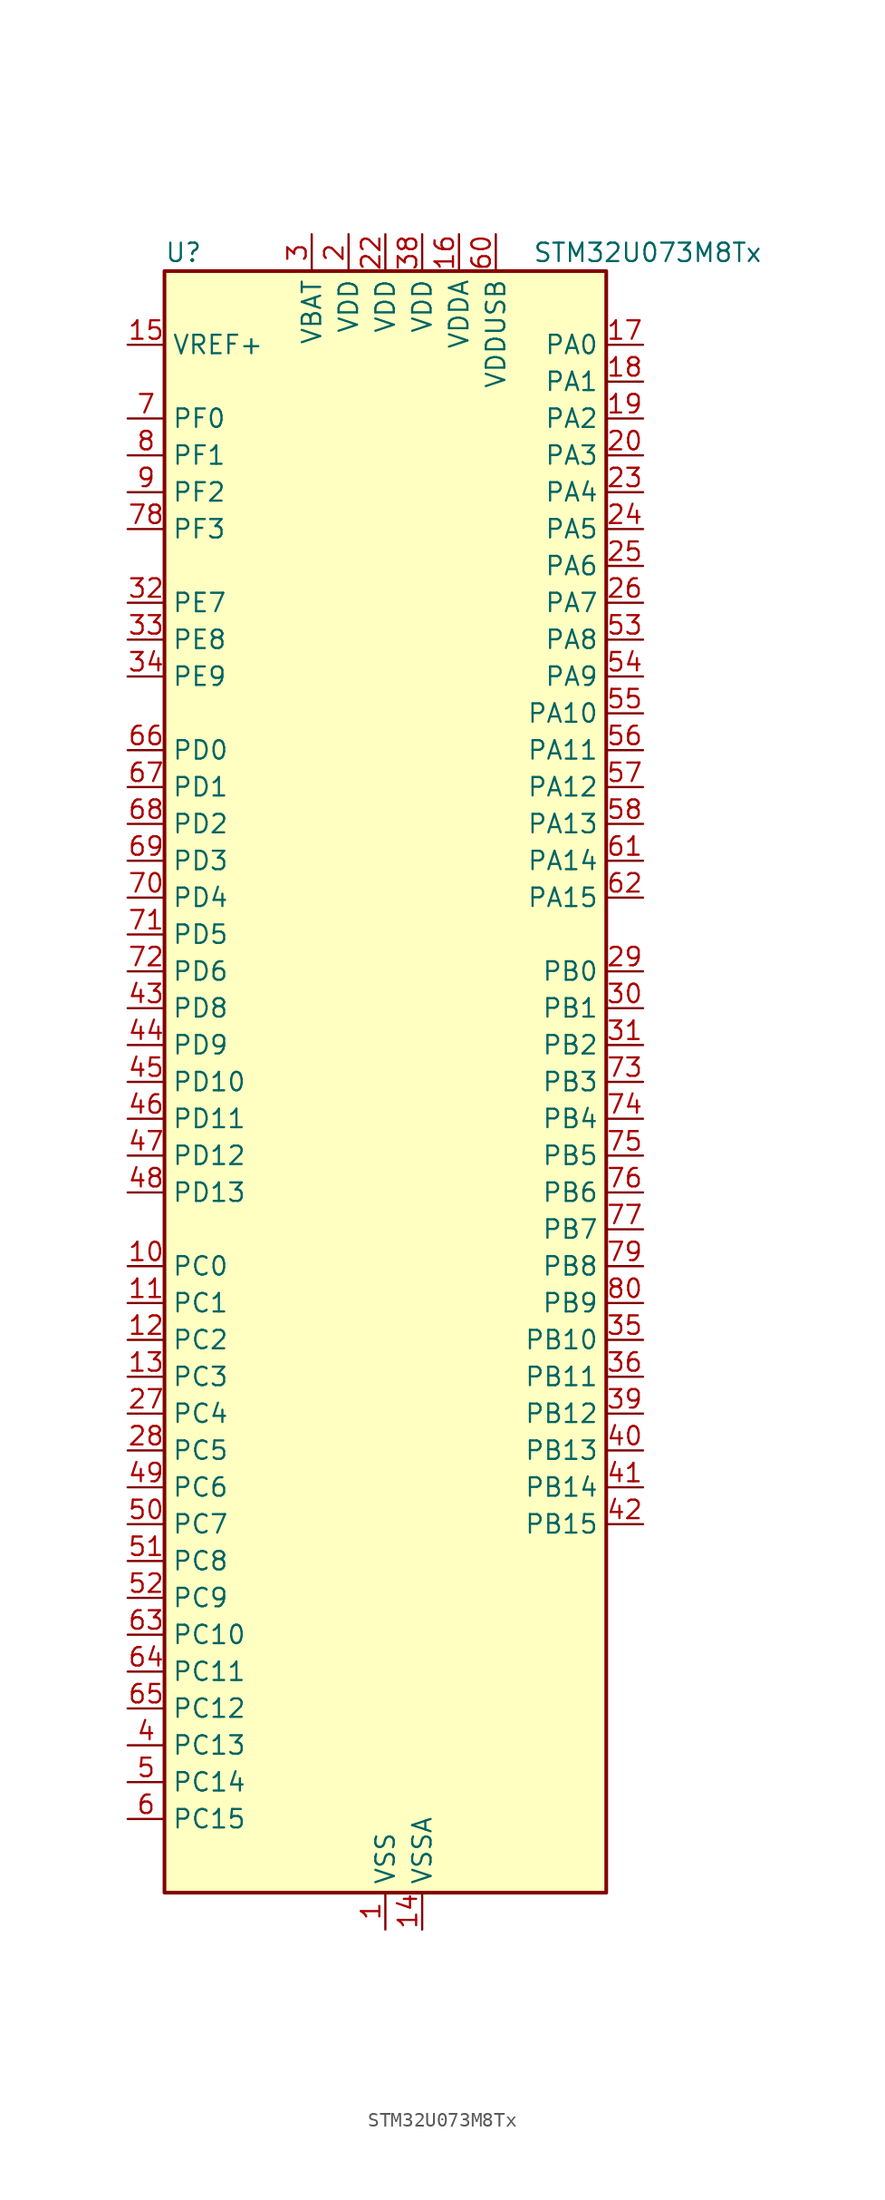
<source format=kicad_sym>
(kicad_symbol_lib
  (version 20241209)
  (generator "kicad_symbol_editor")
  (generator_version "9.0")
  (symbol "STM32U073M8Tx"
    (property "Reference" "U"
      (at -15.24 57.15 0)
      (effects (font (size 1.27 1.27)) (justify left)))
    (property "Value" "STM32U073M8Tx"
      (at 10.16 57.15 0)
      (effects (font (size 1.27 1.27)) (justify left)))
    (symbol "STM32U073M8Tx_0_1"
      (rectangle (start -15.24 -55.88) (end 15.24 55.88) (stroke (width 0.254) (type default)) (fill (type background))))
    (symbol "STM32U073M8Tx_1_1"
      (pin input line (at -17.78 50.8 0) (length 2.54) (name "VREF+" (effects (font (size 1.27 1.27)))) (number "15" (effects (font (size 1.27 1.27)))) (alternate "VREFBUF_OUT" bidirectional line))
      (pin bidirectional line (at -17.78 45.72 0) (length 2.54) (name "PF0" (effects (font (size 1.27 1.27)))) (number "7" (effects (font (size 1.27 1.27)))) (alternate "RCC_OSC_IN" bidirectional line))
      (pin bidirectional line (at -17.78 43.18 0) (length 2.54) (name "PF1" (effects (font (size 1.27 1.27)))) (number "8" (effects (font (size 1.27 1.27)))) (alternate "RCC_OSC_EN" bidirectional line) (alternate "RCC_OSC_OUT" bidirectional line))
      (pin bidirectional line (at -17.78 40.64 0) (length 2.54) (name "PF2" (effects (font (size 1.27 1.27)))) (number "9" (effects (font (size 1.27 1.27)))) (alternate "RCC_MCO" bidirectional line))
      (pin bidirectional line (at -17.78 38.1 0) (length 2.54) (name "PF3" (effects (font (size 1.27 1.27)))) (number "78" (effects (font (size 1.27 1.27)))))
      (pin bidirectional line (at -17.78 33.02 0) (length 2.54) (name "PE7" (effects (font (size 1.27 1.27)))) (number "32" (effects (font (size 1.27 1.27)))) (alternate "LCD_SEG45" bidirectional line) (alternate "TIM1_ETR" bidirectional line))
      (pin bidirectional line (at -17.78 30.48 0) (length 2.54) (name "PE8" (effects (font (size 1.27 1.27)))) (number "33" (effects (font (size 1.27 1.27)))) (alternate "LCD_SEG46" bidirectional line) (alternate "TIM1_CH1N" bidirectional line))
      (pin bidirectional line (at -17.78 27.94 0) (length 2.54) (name "PE9" (effects (font (size 1.27 1.27)))) (number "34" (effects (font (size 1.27 1.27)))) (alternate "DAC1_EXTI9" bidirectional line) (alternate "LCD_SEG47" bidirectional line) (alternate "LPTIM1_CH3" bidirectional line) (alternate "TIM1_CH1" bidirectional line))
      (pin bidirectional line (at -17.78 22.86 0) (length 2.54) (name "PD0" (effects (font (size 1.27 1.27)))) (number "66" (effects (font (size 1.27 1.27)))) (alternate "LCD_SEG34" bidirectional line) (alternate "SPI2_NSS" bidirectional line))
      (pin bidirectional line (at -17.78 20.32 0) (length 2.54) (name "PD1" (effects (font (size 1.27 1.27)))) (number "67" (effects (font (size 1.27 1.27)))) (alternate "LCD_SEG35" bidirectional line) (alternate "LPTIM1_CH4" bidirectional line) (alternate "SPI2_SCK" bidirectional line))
      (pin bidirectional line (at -17.78 17.78 0) (length 2.54) (name "PD2" (effects (font (size 1.27 1.27)))) (number "68" (effects (font (size 1.27 1.27)))) (alternate "LCD_COM7" bidirectional line) (alternate "LCD_SEG31" bidirectional line) (alternate "LCD_SEG51" bidirectional line) (alternate "TIM3_ETR" bidirectional line) (alternate "TSC_SYNC" bidirectional line) (alternate "USART3_DE" bidirectional line) (alternate "USART3_RTS" bidirectional line))
      (pin bidirectional line (at -17.78 15.24 0) (length 2.54) (name "PD3" (effects (font (size 1.27 1.27)))) (number "69" (effects (font (size 1.27 1.27)))) (alternate "LCD_SEG36" bidirectional line) (alternate "SPI2_MISO" bidirectional line) (alternate "USART2_CTS" bidirectional line))
      (pin bidirectional line (at -17.78 12.7 0) (length 2.54) (name "PD4" (effects (font (size 1.27 1.27)))) (number "70" (effects (font (size 1.27 1.27)))) (alternate "LCD_SEG37" bidirectional line) (alternate "LPTIM1_CH3" bidirectional line) (alternate "SPI2_MOSI" bidirectional line) (alternate "USART2_DE" bidirectional line) (alternate "USART2_RTS" bidirectional line))
      (pin bidirectional line (at -17.78 10.16 0) (length 2.54) (name "PD5" (effects (font (size 1.27 1.27)))) (number "71" (effects (font (size 1.27 1.27)))) (alternate "LCD_SEG38" bidirectional line) (alternate "USART2_TX" bidirectional line))
      (pin bidirectional line (at -17.78 7.62 0) (length 2.54) (name "PD6" (effects (font (size 1.27 1.27)))) (number "72" (effects (font (size 1.27 1.27)))) (alternate "LCD_SEG39" bidirectional line) (alternate "USART2_RX" bidirectional line))
      (pin bidirectional line (at -17.78 5.08 0) (length 2.54) (name "PD8" (effects (font (size 1.27 1.27)))) (number "43" (effects (font (size 1.27 1.27)))) (alternate "LCD_SEG28" bidirectional line) (alternate "LPUART3_TX" bidirectional line) (alternate "USART3_TX" bidirectional line))
      (pin bidirectional line (at -17.78 2.54 0) (length 2.54) (name "PD9" (effects (font (size 1.27 1.27)))) (number "44" (effects (font (size 1.27 1.27)))) (alternate "DAC1_EXTI9" bidirectional line) (alternate "LCD_SEG29" bidirectional line) (alternate "LPTIM3_IN1" bidirectional line) (alternate "LPUART3_RX" bidirectional line) (alternate "USART3_RX" bidirectional line))
      (pin bidirectional line (at -17.78 0 0) (length 2.54) (name "PD10" (effects (font (size 1.27 1.27)))) (number "45" (effects (font (size 1.27 1.27)))) (alternate "COMP2_INP" bidirectional line) (alternate "LCD_SEG30" bidirectional line) (alternate "LPTIM2_CH2" bidirectional line) (alternate "LPTIM3_ETR" bidirectional line) (alternate "TSC_G6_IO1" bidirectional line) (alternate "USART3_CK" bidirectional line))
      (pin bidirectional line (at -17.78 -2.54 0) (length 2.54) (name "PD11" (effects (font (size 1.27 1.27)))) (number "46" (effects (font (size 1.27 1.27)))) (alternate "ADC1_EXTI11" bidirectional line) (alternate "LCD_SEG31" bidirectional line) (alternate "LPTIM2_ETR" bidirectional line) (alternate "LPUART3_CTS" bidirectional line) (alternate "TSC_G6_IO2" bidirectional line) (alternate "USART3_CTS" bidirectional line))
      (pin bidirectional line (at -17.78 -5.08 0) (length 2.54) (name "PD12" (effects (font (size 1.27 1.27)))) (number "47" (effects (font (size 1.27 1.27)))) (alternate "I2C4_SCL" bidirectional line) (alternate "LCD_SEG32" bidirectional line) (alternate "LPTIM2_IN1" bidirectional line) (alternate "LPUART3_DE" bidirectional line) (alternate "LPUART3_RTS" bidirectional line) (alternate "TSC_G6_IO3" bidirectional line) (alternate "USART3_DE" bidirectional line) (alternate "USART3_RTS" bidirectional line))
      (pin bidirectional line (at -17.78 -7.62 0) (length 2.54) (name "PD13" (effects (font (size 1.27 1.27)))) (number "48" (effects (font (size 1.27 1.27)))) (alternate "I2C4_SDA" bidirectional line) (alternate "LCD_SEG33" bidirectional line) (alternate "LPTIM2_CH1" bidirectional line) (alternate "TSC_G6_IO4" bidirectional line))
      (pin bidirectional line (at -17.78 -12.7 0) (length 2.54) (name "PC0" (effects (font (size 1.27 1.27)))) (number "10" (effects (font (size 1.27 1.27)))) (alternate "ADC1_IN0" bidirectional line) (alternate "I2C3_SCL" bidirectional line) (alternate "I2C4_SCL" bidirectional line) (alternate "LCD_SEG18" bidirectional line) (alternate "LPTIM1_IN1" bidirectional line) (alternate "LPTIM2_IN1" bidirectional line) (alternate "LPUART1_RX" bidirectional line) (alternate "LPUART2_TX" bidirectional line))
      (pin bidirectional line (at -17.78 -15.24 0) (length 2.54) (name "PC1" (effects (font (size 1.27 1.27)))) (number "11" (effects (font (size 1.27 1.27)))) (alternate "ADC1_IN1" bidirectional line) (alternate "I2C3_SDA" bidirectional line) (alternate "I2C4_SDA" bidirectional line) (alternate "LCD_SEG19" bidirectional line) (alternate "LPTIM1_CH1" bidirectional line) (alternate "LPUART1_TX" bidirectional line) (alternate "LPUART2_RX" bidirectional line))
      (pin bidirectional line (at -17.78 -17.78 0) (length 2.54) (name "PC2" (effects (font (size 1.27 1.27)))) (number "12" (effects (font (size 1.27 1.27)))) (alternate "ADC1_IN2" bidirectional line) (alternate "LCD_SEG20" bidirectional line) (alternate "LPTIM1_IN2" bidirectional line) (alternate "RCC_MCO2" bidirectional line) (alternate "SPI2_MISO" bidirectional line))
      (pin bidirectional line (at -17.78 -20.32 0) (length 2.54) (name "PC3" (effects (font (size 1.27 1.27)))) (number "13" (effects (font (size 1.27 1.27)))) (alternate "ADC1_IN3" bidirectional line) (alternate "LCD_VLCD" bidirectional line) (alternate "LPTIM1_ETR" bidirectional line) (alternate "LPTIM2_ETR" bidirectional line) (alternate "LPTIM3_CH1" bidirectional line) (alternate "SPI2_MOSI" bidirectional line) (alternate "USART4_CK" bidirectional line))
      (pin bidirectional line (at -17.78 -22.86 0) (length 2.54) (name "PC4" (effects (font (size 1.27 1.27)))) (number "27" (effects (font (size 1.27 1.27)))) (alternate "ADC1_IN15" bidirectional line) (alternate "COMP1_INM" bidirectional line) (alternate "LCD_SEG22" bidirectional line) (alternate "LPUART3_TX" bidirectional line) (alternate "USART3_TX" bidirectional line))
      (pin bidirectional line (at -17.78 -25.4 0) (length 2.54) (name "PC5" (effects (font (size 1.27 1.27)))) (number "28" (effects (font (size 1.27 1.27)))) (alternate "ADC1_IN16" bidirectional line) (alternate "COMP1_INP" bidirectional line) (alternate "LCD_SEG23" bidirectional line) (alternate "LPTIM3_CH3" bidirectional line) (alternate "LPUART3_RX" bidirectional line) (alternate "PWR_WKUP5" bidirectional line) (alternate "TAMP_IN4" bidirectional line) (alternate "USART3_RX" bidirectional line))
      (pin bidirectional line (at -17.78 -27.94 0) (length 2.54) (name "PC6" (effects (font (size 1.27 1.27)))) (number "49" (effects (font (size 1.27 1.27)))) (alternate "COMP1_INP" bidirectional line) (alternate "LCD_SEG24" bidirectional line) (alternate "LPUART2_TX" bidirectional line) (alternate "TIM3_CH1" bidirectional line) (alternate "TSC_G4_IO1" bidirectional line))
      (pin bidirectional line (at -17.78 -30.48 0) (length 2.54) (name "PC7" (effects (font (size 1.27 1.27)))) (number "50" (effects (font (size 1.27 1.27)))) (alternate "LCD_SEG25" bidirectional line) (alternate "LPTIM2_CH2" bidirectional line) (alternate "LPTIM3_CH4" bidirectional line) (alternate "LPUART2_RX" bidirectional line) (alternate "TIM3_CH2" bidirectional line) (alternate "TSC_G4_IO2" bidirectional line))
      (pin bidirectional line (at -17.78 -33.02 0) (length 2.54) (name "PC8" (effects (font (size 1.27 1.27)))) (number "51" (effects (font (size 1.27 1.27)))) (alternate "LCD_SEG26" bidirectional line) (alternate "LPTIM3_CH1" bidirectional line) (alternate "TIM3_CH3" bidirectional line) (alternate "TSC_G4_IO3" bidirectional line))
      (pin bidirectional line (at -17.78 -35.56 0) (length 2.54) (name "PC9" (effects (font (size 1.27 1.27)))) (number "52" (effects (font (size 1.27 1.27)))) (alternate "DAC1_EXTI9" bidirectional line) (alternate "LCD_SEG27" bidirectional line) (alternate "LPTIM3_CH2" bidirectional line) (alternate "TIM3_CH4" bidirectional line) (alternate "TSC_G4_IO4" bidirectional line) (alternate "USB_NOE" bidirectional line))
      (pin bidirectional line (at -17.78 -38.1 0) (length 2.54) (name "PC10" (effects (font (size 1.27 1.27)))) (number "63" (effects (font (size 1.27 1.27)))) (alternate "LCD_COM4" bidirectional line) (alternate "LCD_SEG28" bidirectional line) (alternate "LCD_SEG48" bidirectional line) (alternate "LPTIM3_ETR" bidirectional line) (alternate "SPI3_SCK" bidirectional line) (alternate "TSC_G3_IO2" bidirectional line) (alternate "USART3_TX" bidirectional line) (alternate "USART4_TX" bidirectional line))
      (pin bidirectional line (at -17.78 -40.64 0) (length 2.54) (name "PC11" (effects (font (size 1.27 1.27)))) (number "64" (effects (font (size 1.27 1.27)))) (alternate "ADC1_EXTI11" bidirectional line) (alternate "LCD_COM5" bidirectional line) (alternate "LCD_SEG29" bidirectional line) (alternate "LCD_SEG49" bidirectional line) (alternate "LPTIM3_IN1" bidirectional line) (alternate "SPI3_MISO" bidirectional line) (alternate "TSC_G3_IO3" bidirectional line) (alternate "USART3_RX" bidirectional line) (alternate "USART4_RX" bidirectional line))
      (pin bidirectional line (at -17.78 -43.18 0) (length 2.54) (name "PC12" (effects (font (size 1.27 1.27)))) (number "65" (effects (font (size 1.27 1.27)))) (alternate "LCD_COM6" bidirectional line) (alternate "LCD_SEG30" bidirectional line) (alternate "LCD_SEG50" bidirectional line) (alternate "LPTIM3_CH3" bidirectional line) (alternate "SPI3_MOSI" bidirectional line) (alternate "USART3_CK" bidirectional line) (alternate "USART4_CK" bidirectional line))
      (pin bidirectional line (at -17.78 -45.72 0) (length 2.54) (name "PC13" (effects (font (size 1.27 1.27)))) (number "4" (effects (font (size 1.27 1.27)))) (alternate "LPTIM1_CH3" bidirectional line) (alternate "LPTIM3_CH3" bidirectional line) (alternate "PWR_WKUP2" bidirectional line) (alternate "RTC_OUT1" bidirectional line) (alternate "RTC_TS" bidirectional line) (alternate "TAMP_IN1" bidirectional line))
      (pin bidirectional line (at -17.78 -48.26 0) (length 2.54) (name "PC14" (effects (font (size 1.27 1.27)))) (number "5" (effects (font (size 1.27 1.27)))) (alternate "RCC_OSC32_IN" bidirectional line))
      (pin bidirectional line (at -17.78 -50.8 0) (length 2.54) (name "PC15" (effects (font (size 1.27 1.27)))) (number "6" (effects (font (size 1.27 1.27)))) (alternate "RCC_OSC32_EN" bidirectional line) (alternate "RCC_OSC32_OUT" bidirectional line) (alternate "RCC_OSC_EN" bidirectional line))
      (pin power_in line (at -5.08 58.42 270) (length 2.54) (name "VBAT" (effects (font (size 1.27 1.27)))) (number "3" (effects (font (size 1.27 1.27)))))
      (pin power_in line (at -2.54 58.42 270) (length 2.54) (name "VDD" (effects (font (size 1.27 1.27)))) (number "2" (effects (font (size 1.27 1.27)))))
      (pin power_in line (at 0 58.42 270) (length 2.54) (name "VDD" (effects (font (size 1.27 1.27)))) (number "22" (effects (font (size 1.27 1.27)))))
      (pin power_in line (at 0 -58.42 90) (length 2.54) (name "VSS" (effects (font (size 1.27 1.27)))) (number "1" (effects (font (size 1.27 1.27)))))
      (pin passive line (at 0 -58.42 90) (length 2.54) (hide yes) (name "VSS" (effects (font (size 1.27 1.27)))) (number "21" (effects (font (size 1.27 1.27)))))
      (pin passive line (at 0 -58.42 90) (length 2.54) (hide yes) (name "VSS" (effects (font (size 1.27 1.27)))) (number "37" (effects (font (size 1.27 1.27)))))
      (pin passive line (at 0 -58.42 90) (length 2.54) (hide yes) (name "VSS" (effects (font (size 1.27 1.27)))) (number "59" (effects (font (size 1.27 1.27)))))
      (pin power_in line (at 2.54 58.42 270) (length 2.54) (name "VDD" (effects (font (size 1.27 1.27)))) (number "38" (effects (font (size 1.27 1.27)))))
      (pin power_in line (at 2.54 -58.42 90) (length 2.54) (name "VSSA" (effects (font (size 1.27 1.27)))) (number "14" (effects (font (size 1.27 1.27)))))
      (pin power_in line (at 5.08 58.42 270) (length 2.54) (name "VDDA" (effects (font (size 1.27 1.27)))) (number "16" (effects (font (size 1.27 1.27)))))
      (pin power_in line (at 7.62 58.42 270) (length 2.54) (name "VDDUSB" (effects (font (size 1.27 1.27)))) (number "60" (effects (font (size 1.27 1.27)))))
      (pin bidirectional line (at 17.78 50.8 180) (length 2.54) (name "PA0" (effects (font (size 1.27 1.27)))) (number "17" (effects (font (size 1.27 1.27)))) (alternate "ADC1_IN4" bidirectional line) (alternate "COMP1_INM" bidirectional line) (alternate "COMP1_OUT" bidirectional line) (alternate "LCD_SEG42" bidirectional line) (alternate "OPAMP1_VINP" bidirectional line) (alternate "PWR_WKUP1" bidirectional line) (alternate "TAMP_IN2" bidirectional line) (alternate "TIM2_CH1" bidirectional line) (alternate "TIM2_ETR" bidirectional line) (alternate "USART2_CTS" bidirectional line) (alternate "USART4_TX" bidirectional line))
      (pin bidirectional line (at 17.78 48.26 180) (length 2.54) (name "PA1" (effects (font (size 1.27 1.27)))) (number "18" (effects (font (size 1.27 1.27)))) (alternate "ADC1_IN5" bidirectional line) (alternate "COMP1_INP" bidirectional line) (alternate "LCD_SEG0" bidirectional line) (alternate "LPTIM1_CH2" bidirectional line) (alternate "OPAMP1_VINM" bidirectional line) (alternate "PWR_WKUP3" bidirectional line) (alternate "SPI1_SCK" bidirectional line) (alternate "SPI2_SCK" bidirectional line) (alternate "TAMP_IN5" bidirectional line) (alternate "TIM15_CH1N" bidirectional line) (alternate "TIM2_CH2" bidirectional line) (alternate "USART2_DE" bidirectional line) (alternate "USART2_RTS" bidirectional line) (alternate "USART4_RX" bidirectional line))
      (pin bidirectional line (at 17.78 45.72 180) (length 2.54) (name "PA2" (effects (font (size 1.27 1.27)))) (number "19" (effects (font (size 1.27 1.27)))) (alternate "ADC1_IN6" bidirectional line) (alternate "COMP2_INM" bidirectional line) (alternate "COMP2_OUT" bidirectional line) (alternate "LCD_SEG1" bidirectional line) (alternate "LPUART1_TX" bidirectional line) (alternate "PWR_WKUP4" bidirectional line) (alternate "RCC_LSCO" bidirectional line) (alternate "TIM15_CH1" bidirectional line) (alternate "TIM2_CH3" bidirectional line) (alternate "USART2_TX" bidirectional line))
      (pin bidirectional line (at 17.78 43.18 180) (length 2.54) (name "PA3" (effects (font (size 1.27 1.27)))) (number "20" (effects (font (size 1.27 1.27)))) (alternate "ADC1_IN7" bidirectional line) (alternate "COMP2_INP" bidirectional line) (alternate "LCD_SEG2" bidirectional line) (alternate "LPUART1_RX" bidirectional line) (alternate "OPAMP1_VOUT" bidirectional line) (alternate "TIM15_CH2" bidirectional line) (alternate "TIM2_CH4" bidirectional line) (alternate "USART2_RX" bidirectional line))
      (pin bidirectional line (at 17.78 40.64 180) (length 2.54) (name "PA4" (effects (font (size 1.27 1.27)))) (number "23" (effects (font (size 1.27 1.27)))) (alternate "ADC1_IN8" bidirectional line) (alternate "COMP1_INM" bidirectional line) (alternate "COMP2_INM" bidirectional line) (alternate "DAC1_OUT1" bidirectional line) (alternate "LCD_SEG43" bidirectional line) (alternate "LPTIM2_CH1" bidirectional line) (alternate "LPUART3_TX" bidirectional line) (alternate "SPI1_NSS" bidirectional line) (alternate "SPI3_NSS" bidirectional line) (alternate "USART2_CK" bidirectional line))
      (pin bidirectional line (at 17.78 38.1 180) (length 2.54) (name "PA5" (effects (font (size 1.27 1.27)))) (number "24" (effects (font (size 1.27 1.27)))) (alternate "ADC1_IN9" bidirectional line) (alternate "COMP1_INM" bidirectional line) (alternate "COMP2_INM" bidirectional line) (alternate "LCD_SEG44" bidirectional line) (alternate "LPTIM2_ETR" bidirectional line) (alternate "LPUART3_RX" bidirectional line) (alternate "SPI1_SCK" bidirectional line) (alternate "TIM2_CH1" bidirectional line) (alternate "TIM2_ETR" bidirectional line) (alternate "USART3_TX" bidirectional line))
      (pin bidirectional line (at 17.78 35.56 180) (length 2.54) (name "PA6" (effects (font (size 1.27 1.27)))) (number "25" (effects (font (size 1.27 1.27)))) (alternate "ADC1_IN10" bidirectional line) (alternate "COMP1_OUT" bidirectional line) (alternate "I2C2_SDA" bidirectional line) (alternate "I2C3_SDA" bidirectional line) (alternate "LCD_SEG3" bidirectional line) (alternate "LPUART1_CTS" bidirectional line) (alternate "SPI1_MISO" bidirectional line) (alternate "TIM16_CH1" bidirectional line) (alternate "TIM1_BKIN" bidirectional line) (alternate "TIM3_CH1" bidirectional line) (alternate "TSC_G5_IO1" bidirectional line) (alternate "USART3_CTS" bidirectional line))
      (pin bidirectional line (at 17.78 33.02 180) (length 2.54) (name "PA7" (effects (font (size 1.27 1.27)))) (number "26" (effects (font (size 1.27 1.27)))) (alternate "ADC1_IN14" bidirectional line) (alternate "COMP2_OUT" bidirectional line) (alternate "I2C2_SCL" bidirectional line) (alternate "I2C3_SCL" bidirectional line) (alternate "LCD_SEG4" bidirectional line) (alternate "LPTIM2_CH2" bidirectional line) (alternate "SPI1_MOSI" bidirectional line) (alternate "TIM1_CH1N" bidirectional line) (alternate "TIM3_CH2" bidirectional line) (alternate "USART3_RX" bidirectional line))
      (pin bidirectional line (at 17.78 30.48 180) (length 2.54) (name "PA8" (effects (font (size 1.27 1.27)))) (number "53" (effects (font (size 1.27 1.27)))) (alternate "LCD_COM0" bidirectional line) (alternate "LPTIM2_CH1" bidirectional line) (alternate "RCC_MCO" bidirectional line) (alternate "RCC_MCO2" bidirectional line) (alternate "TIM1_CH1" bidirectional line) (alternate "TSC_G7_IO1" bidirectional line) (alternate "USART1_CK" bidirectional line))
      (pin bidirectional line (at 17.78 27.94 180) (length 2.54) (name "PA9" (effects (font (size 1.27 1.27)))) (number "54" (effects (font (size 1.27 1.27)))) (alternate "COMP1_INP" bidirectional line) (alternate "DAC1_EXTI9" bidirectional line) (alternate "I2C1_SCL" bidirectional line) (alternate "I2C2_SCL" bidirectional line) (alternate "LCD_COM1" bidirectional line) (alternate "RCC_MCO" bidirectional line) (alternate "TIM15_BKIN" bidirectional line) (alternate "TIM1_CH2" bidirectional line) (alternate "TSC_G7_IO2" bidirectional line) (alternate "USART1_TX" bidirectional line))
      (pin bidirectional line (at 17.78 25.4 180) (length 2.54) (name "PA10" (effects (font (size 1.27 1.27)))) (number "55" (effects (font (size 1.27 1.27)))) (alternate "CRS_SYNC" bidirectional line) (alternate "I2C1_SDA" bidirectional line) (alternate "I2C2_SDA" bidirectional line) (alternate "LCD_COM2" bidirectional line) (alternate "RCC_MCO2" bidirectional line) (alternate "SPI2_NSS" bidirectional line) (alternate "TIM1_CH3" bidirectional line) (alternate "TSC_G7_IO3" bidirectional line) (alternate "USART1_RX" bidirectional line))
      (pin bidirectional line (at 17.78 22.86 180) (length 2.54) (name "PA11" (effects (font (size 1.27 1.27)))) (number "56" (effects (font (size 1.27 1.27)))) (alternate "ADC1_EXTI11" bidirectional line) (alternate "COMP1_OUT" bidirectional line) (alternate "SPI1_MISO" bidirectional line) (alternate "SPI2_MISO" bidirectional line) (alternate "TIM1_BKIN2" bidirectional line) (alternate "TIM1_CH4" bidirectional line) (alternate "USART1_CTS" bidirectional line) (alternate "USB_DM" bidirectional line))
      (pin bidirectional line (at 17.78 20.32 180) (length 2.54) (name "PA12" (effects (font (size 1.27 1.27)))) (number "57" (effects (font (size 1.27 1.27)))) (alternate "SPI1_MOSI" bidirectional line) (alternate "SPI2_MOSI" bidirectional line) (alternate "TIM1_ETR" bidirectional line) (alternate "USART1_DE" bidirectional line) (alternate "USART1_RTS" bidirectional line) (alternate "USB_DP" bidirectional line))
      (pin bidirectional line (at 17.78 17.78 180) (length 2.54) (name "PA13" (effects (font (size 1.27 1.27)))) (number "58" (effects (font (size 1.27 1.27)))) (alternate "DEBUG_JTMS-SWDIO" bidirectional line) (alternate "IR_OUT" bidirectional line) (alternate "LCD_SEG40" bidirectional line) (alternate "TSC_G7_IO4" bidirectional line) (alternate "USB_NOE" bidirectional line))
      (pin bidirectional line (at 17.78 15.24 180) (length 2.54) (name "PA14" (effects (font (size 1.27 1.27)))) (number "61" (effects (font (size 1.27 1.27)))) (alternate "DEBUG_JTCK-SWCLK" bidirectional line) (alternate "LCD_SEG41" bidirectional line) (alternate "LPTIM1_CH1" bidirectional line) (alternate "TSC_G3_IO4" bidirectional line))
      (pin bidirectional line (at 17.78 12.7 180) (length 2.54) (name "PA15" (effects (font (size 1.27 1.27)))) (number "62" (effects (font (size 1.27 1.27)))) (alternate "DEBUG_JTDI" bidirectional line) (alternate "LCD_SEG17" bidirectional line) (alternate "LPTIM3_CH3" bidirectional line) (alternate "LPTIM3_IN2" bidirectional line) (alternate "SPI1_NSS" bidirectional line) (alternate "SPI3_NSS" bidirectional line) (alternate "TIM2_CH1" bidirectional line) (alternate "TIM2_ETR" bidirectional line) (alternate "TSC_G3_IO1" bidirectional line) (alternate "USART2_RX" bidirectional line) (alternate "USART3_DE" bidirectional line) (alternate "USART3_RTS" bidirectional line) (alternate "USART4_DE" bidirectional line) (alternate "USART4_RTS" bidirectional line))
      (pin bidirectional line (at 17.78 7.62 180) (length 2.54) (name "PB0" (effects (font (size 1.27 1.27)))) (number "29" (effects (font (size 1.27 1.27)))) (alternate "ADC1_IN17" bidirectional line) (alternate "COMP1_OUT" bidirectional line) (alternate "LCD_SEG5" bidirectional line) (alternate "LPTIM3_CH1" bidirectional line) (alternate "LPUART2_CTS" bidirectional line) (alternate "SPI1_NSS" bidirectional line) (alternate "TIM1_CH2N" bidirectional line) (alternate "TIM3_CH3" bidirectional line) (alternate "TSC_G5_IO2" bidirectional line) (alternate "USART3_CK" bidirectional line))
      (pin bidirectional line (at 17.78 5.08 180) (length 2.54) (name "PB1" (effects (font (size 1.27 1.27)))) (number "30" (effects (font (size 1.27 1.27)))) (alternate "ADC1_IN18" bidirectional line) (alternate "COMP1_INM" bidirectional line) (alternate "LCD_SEG6" bidirectional line) (alternate "LPTIM2_IN1" bidirectional line) (alternate "LPTIM3_CH2" bidirectional line) (alternate "LPUART1_DE" bidirectional line) (alternate "LPUART1_RTS" bidirectional line) (alternate "LPUART2_DE" bidirectional line) (alternate "LPUART2_RTS" bidirectional line) (alternate "TIM1_CH3N" bidirectional line) (alternate "TIM3_CH4" bidirectional line) (alternate "TSC_SYNC" bidirectional line) (alternate "USART3_DE" bidirectional line) (alternate "USART3_RTS" bidirectional line))
      (pin bidirectional line (at 17.78 2.54 180) (length 2.54) (name "PB2" (effects (font (size 1.27 1.27)))) (number "31" (effects (font (size 1.27 1.27)))) (alternate "COMP1_INP" bidirectional line) (alternate "LCD_VLCD" bidirectional line) (alternate "LPTIM1_CH1" bidirectional line) (alternate "RTC_OUT2" bidirectional line))
      (pin bidirectional line (at 17.78 0 180) (length 2.54) (name "PB3" (effects (font (size 1.27 1.27)))) (number "73" (effects (font (size 1.27 1.27)))) (alternate "COMP2_INM" bidirectional line) (alternate "DEBUG_JTDO-SWO" bidirectional line) (alternate "I2C2_SCL" bidirectional line) (alternate "I2C3_SCL" bidirectional line) (alternate "LCD_SEG7" bidirectional line) (alternate "LPTIM1_CH3" bidirectional line) (alternate "SPI1_SCK" bidirectional line) (alternate "SPI3_SCK" bidirectional line) (alternate "TIM2_CH2" bidirectional line) (alternate "USART1_DE" bidirectional line) (alternate "USART1_RTS" bidirectional line))
      (pin bidirectional line (at 17.78 -2.54 180) (length 2.54) (name "PB4" (effects (font (size 1.27 1.27)))) (number "74" (effects (font (size 1.27 1.27)))) (alternate "COMP2_INP" bidirectional line) (alternate "I2C2_SDA" bidirectional line) (alternate "I2C3_SDA" bidirectional line) (alternate "LCD_SEG8" bidirectional line) (alternate "LPTIM1_CH4" bidirectional line) (alternate "LPUART3_DE" bidirectional line) (alternate "LPUART3_RTS" bidirectional line) (alternate "SPI1_MISO" bidirectional line) (alternate "SPI3_MISO" bidirectional line) (alternate "TIM3_CH1" bidirectional line) (alternate "TSC_G2_IO1" bidirectional line) (alternate "USART1_CTS" bidirectional line))
      (pin bidirectional line (at 17.78 -5.08 180) (length 2.54) (name "PB5" (effects (font (size 1.27 1.27)))) (number "75" (effects (font (size 1.27 1.27)))) (alternate "COMP2_OUT" bidirectional line) (alternate "LCD_SEG9" bidirectional line) (alternate "LPTIM1_IN1" bidirectional line) (alternate "LPUART3_CTS" bidirectional line) (alternate "SPI1_MOSI" bidirectional line) (alternate "SPI3_MOSI" bidirectional line) (alternate "TIM16_BKIN" bidirectional line) (alternate "TIM3_CH2" bidirectional line) (alternate "TSC_G2_IO2" bidirectional line) (alternate "USART1_CK" bidirectional line))
      (pin bidirectional line (at 17.78 -7.62 180) (length 2.54) (name "PB6" (effects (font (size 1.27 1.27)))) (number "76" (effects (font (size 1.27 1.27)))) (alternate "COMP2_INP" bidirectional line) (alternate "I2C1_SCL" bidirectional line) (alternate "I2C2_SCL" bidirectional line) (alternate "I2C4_SCL" bidirectional line) (alternate "LPTIM1_ETR" bidirectional line) (alternate "LPUART2_TX" bidirectional line) (alternate "LPUART3_TX" bidirectional line) (alternate "TIM16_CH1N" bidirectional line) (alternate "TSC_G2_IO3" bidirectional line) (alternate "USART1_TX" bidirectional line))
      (pin bidirectional line (at 17.78 -10.16 180) (length 2.54) (name "PB7" (effects (font (size 1.27 1.27)))) (number "77" (effects (font (size 1.27 1.27)))) (alternate "COMP2_INM" bidirectional line) (alternate "I2C1_SDA" bidirectional line) (alternate "I2C2_SDA" bidirectional line) (alternate "I2C4_SDA" bidirectional line) (alternate "LCD_SEG21" bidirectional line) (alternate "LPTIM1_IN2" bidirectional line) (alternate "LPUART2_RX" bidirectional line) (alternate "LPUART3_RX" bidirectional line) (alternate "PWR_PVD_IN" bidirectional line) (alternate "TSC_G2_IO4" bidirectional line) (alternate "USART1_RX" bidirectional line) (alternate "USART4_CTS" bidirectional line))
      (pin bidirectional line (at 17.78 -12.7 180) (length 2.54) (name "PB8" (effects (font (size 1.27 1.27)))) (number "79" (effects (font (size 1.27 1.27)))) (alternate "I2C1_SCL" bidirectional line) (alternate "I2C2_SCL" bidirectional line) (alternate "LCD_SEG16" bidirectional line) (alternate "LPTIM1_IN2" bidirectional line) (alternate "LPTIM3_IN2" bidirectional line) (alternate "TIM16_CH1" bidirectional line) (alternate "USART3_TX" bidirectional line))
      (pin bidirectional line (at 17.78 -15.24 180) (length 2.54) (name "PB9" (effects (font (size 1.27 1.27)))) (number "80" (effects (font (size 1.27 1.27)))) (alternate "DAC1_EXTI9" bidirectional line) (alternate "I2C1_SDA" bidirectional line) (alternate "I2C2_SDA" bidirectional line) (alternate "IR_OUT" bidirectional line) (alternate "LCD_COM3" bidirectional line) (alternate "LPTIM1_CH4" bidirectional line) (alternate "LPTIM3_CH4" bidirectional line) (alternate "SPI2_NSS" bidirectional line) (alternate "USART3_RX" bidirectional line))
      (pin bidirectional line (at 17.78 -17.78 180) (length 2.54) (name "PB10" (effects (font (size 1.27 1.27)))) (number "35" (effects (font (size 1.27 1.27)))) (alternate "COMP1_OUT" bidirectional line) (alternate "I2C2_SCL" bidirectional line) (alternate "I2C4_SCL" bidirectional line) (alternate "LCD_SEG10" bidirectional line) (alternate "LPTIM3_CH1" bidirectional line) (alternate "LPUART1_RX" bidirectional line) (alternate "LPUART2_RX" bidirectional line) (alternate "SPI2_SCK" bidirectional line) (alternate "TIM2_CH3" bidirectional line) (alternate "TSC_G5_IO3" bidirectional line) (alternate "USART3_TX" bidirectional line))
      (pin bidirectional line (at 17.78 -20.32 180) (length 2.54) (name "PB11" (effects (font (size 1.27 1.27)))) (number "36" (effects (font (size 1.27 1.27)))) (alternate "ADC1_EXTI11" bidirectional line) (alternate "COMP2_OUT" bidirectional line) (alternate "I2C2_SDA" bidirectional line) (alternate "I2C4_SDA" bidirectional line) (alternate "LCD_SEG11" bidirectional line) (alternate "LPUART1_TX" bidirectional line) (alternate "LPUART2_TX" bidirectional line) (alternate "TIM2_CH4" bidirectional line) (alternate "TSC_G5_IO4" bidirectional line) (alternate "USART3_RX" bidirectional line))
      (pin bidirectional line (at 17.78 -22.86 180) (length 2.54) (name "PB12" (effects (font (size 1.27 1.27)))) (number "39" (effects (font (size 1.27 1.27)))) (alternate "LCD_SEG12" bidirectional line) (alternate "LPUART1_DE" bidirectional line) (alternate "LPUART1_RTS" bidirectional line) (alternate "SPI2_NSS" bidirectional line) (alternate "TIM15_BKIN" bidirectional line) (alternate "TIM1_BKIN" bidirectional line) (alternate "TSC_G1_IO1" bidirectional line) (alternate "USART3_CK" bidirectional line))
      (pin bidirectional line (at 17.78 -25.4 180) (length 2.54) (name "PB13" (effects (font (size 1.27 1.27)))) (number "40" (effects (font (size 1.27 1.27)))) (alternate "I2C2_SCL" bidirectional line) (alternate "LCD_SEG13" bidirectional line) (alternate "LPTIM3_IN1" bidirectional line) (alternate "LPUART1_CTS" bidirectional line) (alternate "SPI2_SCK" bidirectional line) (alternate "TIM15_CH1N" bidirectional line) (alternate "TIM1_CH1N" bidirectional line) (alternate "TSC_G1_IO2" bidirectional line) (alternate "USART3_CTS" bidirectional line))
      (pin bidirectional line (at 17.78 -27.94 180) (length 2.54) (name "PB14" (effects (font (size 1.27 1.27)))) (number "41" (effects (font (size 1.27 1.27)))) (alternate "I2C2_SDA" bidirectional line) (alternate "LCD_SEG14" bidirectional line) (alternate "LPTIM3_ETR" bidirectional line) (alternate "SPI2_MISO" bidirectional line) (alternate "TIM15_CH1" bidirectional line) (alternate "TIM1_CH2N" bidirectional line) (alternate "TSC_G1_IO3" bidirectional line) (alternate "USART3_DE" bidirectional line) (alternate "USART3_RTS" bidirectional line))
      (pin bidirectional line (at 17.78 -30.48 180) (length 2.54) (name "PB15" (effects (font (size 1.27 1.27)))) (number "42" (effects (font (size 1.27 1.27)))) (alternate "LCD_SEG15" bidirectional line) (alternate "PWR_WKUP7" bidirectional line) (alternate "RTC_REFIN" bidirectional line) (alternate "SPI2_MOSI" bidirectional line) (alternate "TAMP_IN3" bidirectional line) (alternate "TIM15_CH2" bidirectional line) (alternate "TIM1_CH3N" bidirectional line) (alternate "TSC_G1_IO4" bidirectional line)))))
</source>
